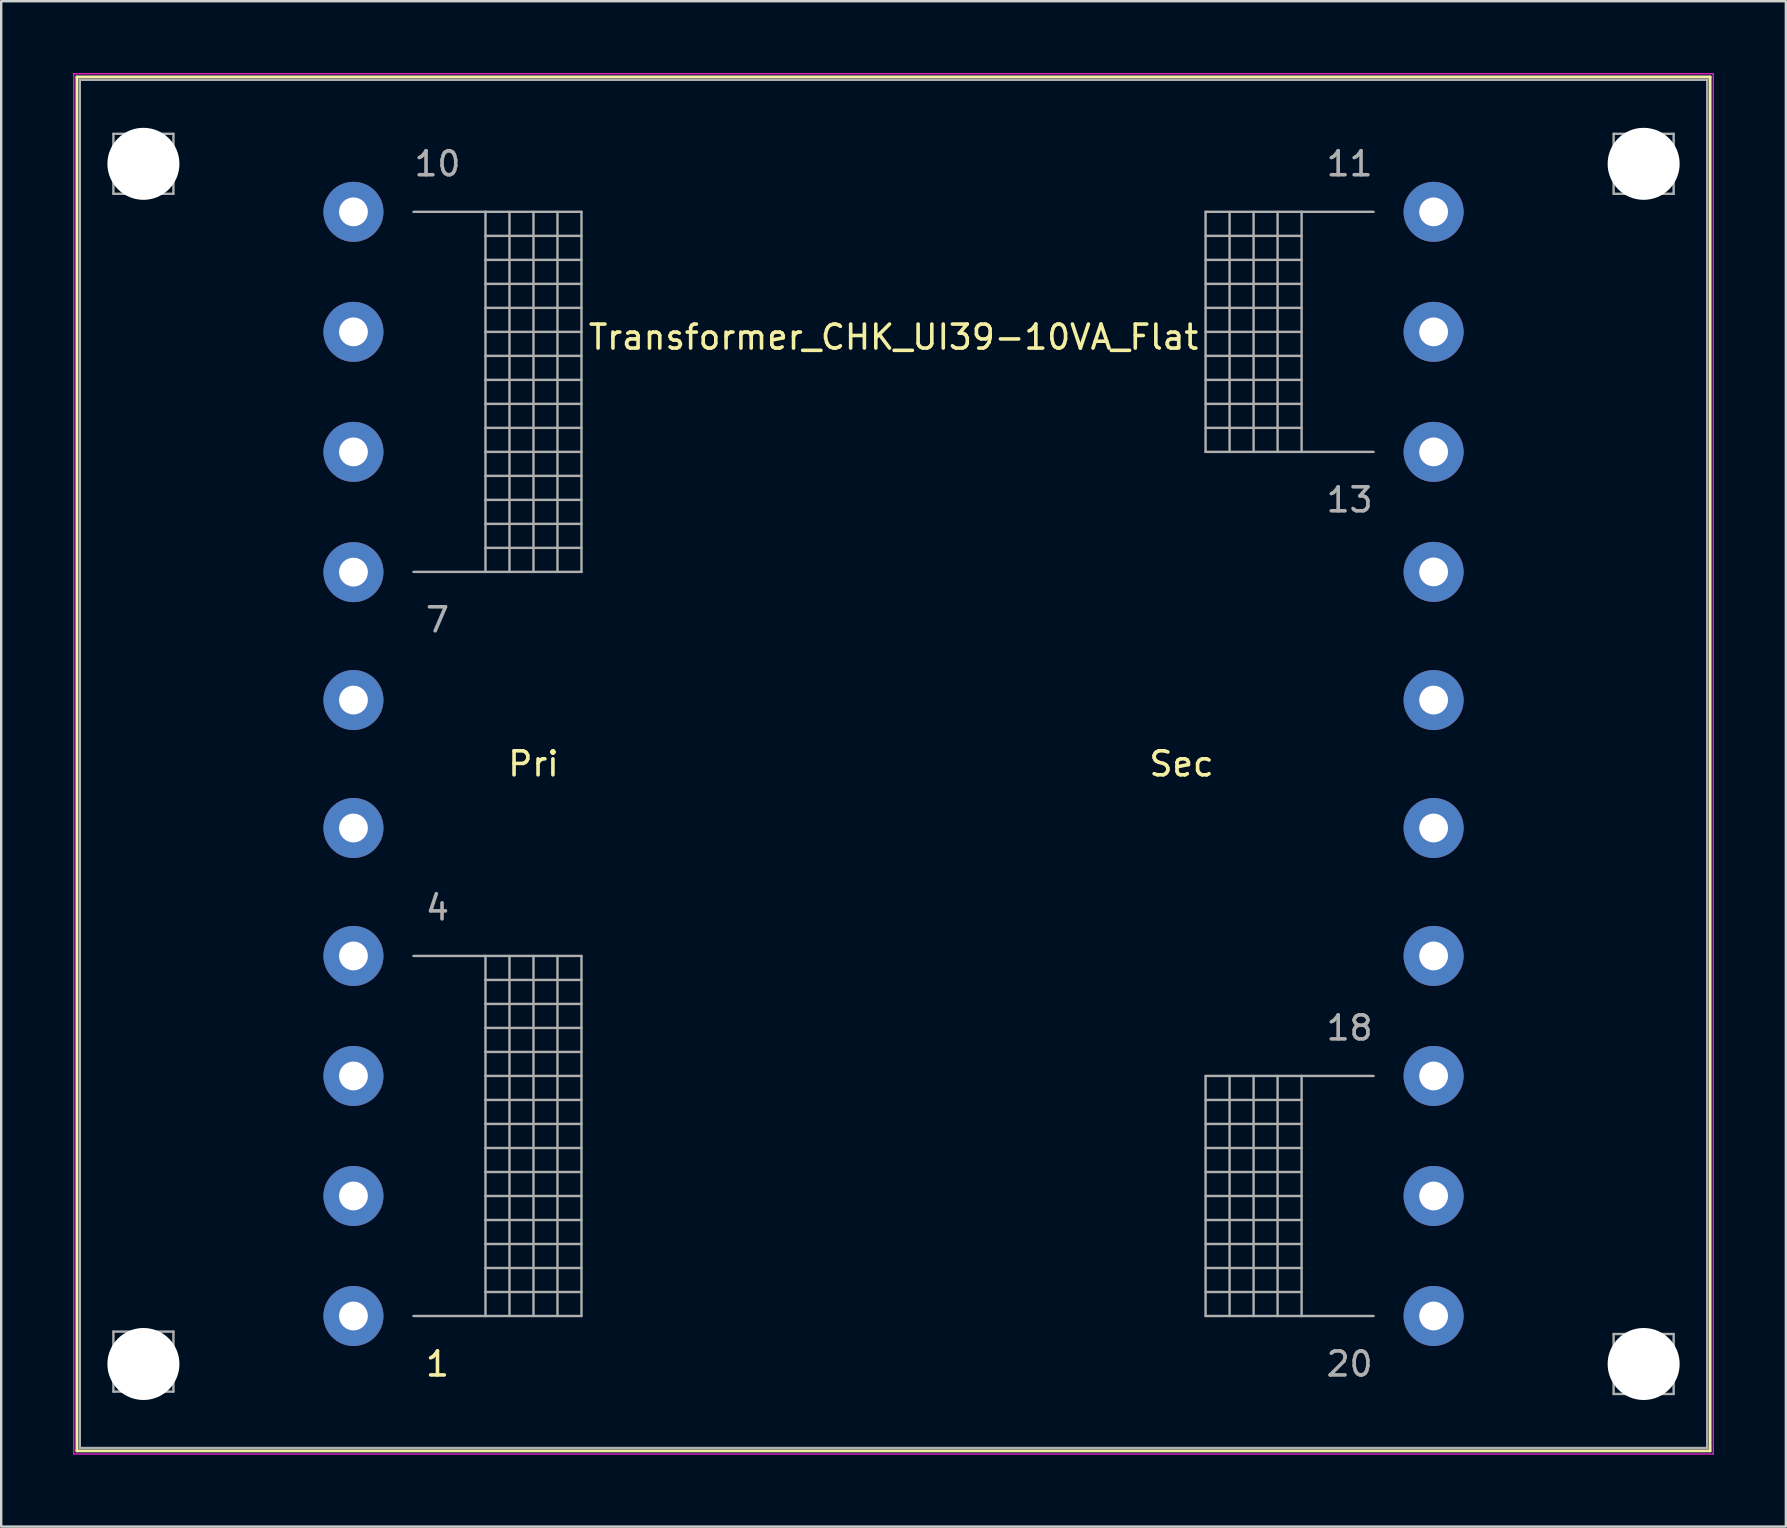
<source format=kicad_pcb>
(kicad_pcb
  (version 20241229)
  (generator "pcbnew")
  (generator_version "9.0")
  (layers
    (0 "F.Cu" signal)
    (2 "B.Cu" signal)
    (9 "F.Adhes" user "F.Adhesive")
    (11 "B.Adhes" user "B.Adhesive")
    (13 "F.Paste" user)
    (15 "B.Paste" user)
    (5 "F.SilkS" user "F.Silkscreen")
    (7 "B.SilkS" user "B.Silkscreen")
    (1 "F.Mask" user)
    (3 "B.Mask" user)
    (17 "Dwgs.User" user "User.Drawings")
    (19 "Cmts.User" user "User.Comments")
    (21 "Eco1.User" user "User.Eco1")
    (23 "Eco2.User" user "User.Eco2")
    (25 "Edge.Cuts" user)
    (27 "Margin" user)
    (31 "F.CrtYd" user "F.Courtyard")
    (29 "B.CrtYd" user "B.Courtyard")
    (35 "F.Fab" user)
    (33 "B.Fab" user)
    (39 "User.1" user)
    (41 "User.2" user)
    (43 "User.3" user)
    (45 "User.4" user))
  (footprint "Transformer_CHK_UI39-10VA_Flat"
    (layer "F.Cu")
    (at 11.675 51.775)
    (property "Reference" "Transformer_CHK_UI39-10VA_Flat" (at 22.5 -40.78 0) (layer "F.SilkS") (effects (font (size 1 1) (thickness 0.15))))
    (attr through_hole)
    (fp_line (start -11.52 -51.62) (end -11.52 5.62) (stroke (width 0.12) (type solid)) (layer "F.SilkS"))
    (fp_line (start -11.52 -51.62) (end 56.52 -51.62) (stroke (width 0.12) (type solid)) (layer "F.SilkS"))
    (fp_line (start 56.52 5.62) (end -11.52 5.62) (stroke (width 0.12) (type solid)) (layer "F.SilkS"))
    (fp_line (start 56.52 5.62) (end 56.52 -51.62) (stroke (width 0.12) (type solid)) (layer "F.SilkS"))
    (fp_line (start -11.65 -51.75) (end -11.65 5.75) (stroke (width 0.05) (type solid)) (layer "F.CrtYd"))
    (fp_line (start -11.65 -51.75) (end 56.65 -51.75) (stroke (width 0.05) (type solid)) (layer "F.CrtYd"))
    (fp_line (start 56.65 5.75) (end -11.65 5.75) (stroke (width 0.05) (type solid)) (layer "F.CrtYd"))
    (fp_line (start 56.65 5.75) (end 56.65 -51.75) (stroke (width 0.05) (type solid)) (layer "F.CrtYd"))
    (fp_line (start -11.4 -51.5) (end -11.4 5.5) (stroke (width 0.1) (type solid)) (layer "F.Fab"))
    (fp_line (start -11.4 5.5) (end 56.4 5.5) (stroke (width 0.1) (type solid)) (layer "F.Fab"))
    (fp_line (start -10 -49.25) (end -10 -46.75) (stroke (width 0.1) (type solid)) (layer "F.Fab"))
    (fp_line (start -10 -46.75) (end -7.5 -46.75) (stroke (width 0.1) (type solid)) (layer "F.Fab"))
    (fp_line (start -10 0.65) (end -10 3.15) (stroke (width 0.1) (type solid)) (layer "F.Fab"))
    (fp_line (start -10 3.15) (end -7.5 3.15) (stroke (width 0.1) (type solid)) (layer "F.Fab"))
    (fp_line (start -8.75 -49.25) (end -10 -49.25) (stroke (width 0.1) (type solid)) (layer "F.Fab"))
    (fp_line (start -8.75 0.65) (end -10 0.65) (stroke (width 0.1) (type solid)) (layer "F.Fab"))
    (fp_line (start -7.5 -49.25) (end -8.75 -49.25) (stroke (width 0.1) (type solid)) (layer "F.Fab"))
    (fp_line (start -7.5 -46.75) (end -7.5 -49.25) (stroke (width 0.1) (type solid)) (layer "F.Fab"))
    (fp_line (start -7.5 0.65) (end -8.75 0.65) (stroke (width 0.1) (type solid)) (layer "F.Fab"))
    (fp_line (start -7.5 3.15) (end -7.5 0.65) (stroke (width 0.1) (type solid)) (layer "F.Fab"))
    (fp_line (start 2.5 -46) (end 5.5 -46) (stroke (width 0.1) (type solid)) (layer "F.Fab"))
    (fp_line (start 2.5 -15) (end 5.5 -15) (stroke (width 0.1) (type solid)) (layer "F.Fab"))
    (fp_line (start 5.5 -46) (end 5.5 -31) (stroke (width 0.1) (type solid)) (layer "F.Fab"))
    (fp_line (start 5.5 -46) (end 9.5 -46) (stroke (width 0.1) (type solid)) (layer "F.Fab"))
    (fp_line (start 5.5 -45) (end 9.5 -45) (stroke (width 0.1) (type solid)) (layer "F.Fab"))
    (fp_line (start 5.5 -44) (end 9.5 -44) (stroke (width 0.1) (type solid)) (layer "F.Fab"))
    (fp_line (start 5.5 -43) (end 9.5 -43) (stroke (width 0.1) (type solid)) (layer "F.Fab"))
    (fp_line (start 5.5 -42) (end 9.5 -42) (stroke (width 0.1) (type solid)) (layer "F.Fab"))
    (fp_line (start 5.5 -41) (end 9.5 -41) (stroke (width 0.1) (type solid)) (layer "F.Fab"))
    (fp_line (start 5.5 -40) (end 9.5 -40) (stroke (width 0.1) (type solid)) (layer "F.Fab"))
    (fp_line (start 5.5 -39) (end 9.5 -39) (stroke (width 0.1) (type solid)) (layer "F.Fab"))
    (fp_line (start 5.5 -38) (end 9.5 -38) (stroke (width 0.1) (type solid)) (layer "F.Fab"))
    (fp_line (start 5.5 -37) (end 9.5 -37) (stroke (width 0.1) (type solid)) (layer "F.Fab"))
    (fp_line (start 5.5 -36) (end 9.5 -36) (stroke (width 0.1) (type solid)) (layer "F.Fab"))
    (fp_line (start 5.5 -35) (end 9.5 -35) (stroke (width 0.1) (type solid)) (layer "F.Fab"))
    (fp_line (start 5.5 -34) (end 9.5 -34) (stroke (width 0.1) (type solid)) (layer "F.Fab"))
    (fp_line (start 5.5 -33) (end 9.5 -33) (stroke (width 0.1) (type solid)) (layer "F.Fab"))
    (fp_line (start 5.5 -32) (end 9.5 -32) (stroke (width 0.1) (type solid)) (layer "F.Fab"))
    (fp_line (start 5.5 -31) (end 2.5 -31) (stroke (width 0.1) (type solid)) (layer "F.Fab"))
    (fp_line (start 5.5 -15) (end 5.5 0) (stroke (width 0.1) (type solid)) (layer "F.Fab"))
    (fp_line (start 5.5 -15) (end 9.5 -15) (stroke (width 0.1) (type solid)) (layer "F.Fab"))
    (fp_line (start 5.5 -14) (end 9.5 -14) (stroke (width 0.1) (type solid)) (layer "F.Fab"))
    (fp_line (start 5.5 -13) (end 9.5 -13) (stroke (width 0.1) (type solid)) (layer "F.Fab"))
    (fp_line (start 5.5 -12) (end 9.5 -12) (stroke (width 0.1) (type solid)) (layer "F.Fab"))
    (fp_line (start 5.5 -11) (end 9.5 -11) (stroke (width 0.1) (type solid)) (layer "F.Fab"))
    (fp_line (start 5.5 -10) (end 9.5 -10) (stroke (width 0.1) (type solid)) (layer "F.Fab"))
    (fp_line (start 5.5 -9) (end 9.5 -9) (stroke (width 0.1) (type solid)) (layer "F.Fab"))
    (fp_line (start 5.5 -8) (end 9.5 -8) (stroke (width 0.1) (type solid)) (layer "F.Fab"))
    (fp_line (start 5.5 -7) (end 9.5 -7) (stroke (width 0.1) (type solid)) (layer "F.Fab"))
    (fp_line (start 5.5 -6) (end 9.5 -6) (stroke (width 0.1) (type solid)) (layer "F.Fab"))
    (fp_line (start 5.5 -5) (end 9.5 -5) (stroke (width 0.1) (type solid)) (layer "F.Fab"))
    (fp_line (start 5.5 -4) (end 9.5 -4) (stroke (width 0.1) (type solid)) (layer "F.Fab"))
    (fp_line (start 5.5 -3) (end 9.5 -3) (stroke (width 0.1) (type solid)) (layer "F.Fab"))
    (fp_line (start 5.5 -2) (end 9.5 -2) (stroke (width 0.1) (type solid)) (layer "F.Fab"))
    (fp_line (start 5.5 -1) (end 9.5 -1) (stroke (width 0.1) (type solid)) (layer "F.Fab"))
    (fp_line (start 5.5 0) (end 2.5 0) (stroke (width 0.1) (type solid)) (layer "F.Fab"))
    (fp_line (start 6.5 -46) (end 6.5 -31) (stroke (width 0.1) (type solid)) (layer "F.Fab"))
    (fp_line (start 6.5 -15) (end 6.5 0) (stroke (width 0.1) (type solid)) (layer "F.Fab"))
    (fp_line (start 7.5 -31) (end 7.5 -46) (stroke (width 0.1) (type solid)) (layer "F.Fab"))
    (fp_line (start 7.5 0) (end 7.5 -15) (stroke (width 0.1) (type solid)) (layer "F.Fab"))
    (fp_line (start 8.5 -46) (end 8.5 -31) (stroke (width 0.1) (type solid)) (layer "F.Fab"))
    (fp_line (start 8.5 -15) (end 8.5 0) (stroke (width 0.1) (type solid)) (layer "F.Fab"))
    (fp_line (start 9.5 -46) (end 9.5 -31) (stroke (width 0.1) (type solid)) (layer "F.Fab"))
    (fp_line (start 9.5 -31) (end 5.5 -31) (stroke (width 0.1) (type solid)) (layer "F.Fab"))
    (fp_line (start 9.5 -15) (end 9.5 0) (stroke (width 0.1) (type solid)) (layer "F.Fab"))
    (fp_line (start 9.5 0) (end 5.5 0) (stroke (width 0.1) (type solid)) (layer "F.Fab"))
    (fp_line (start 35.5 -46) (end 35.5 -36) (stroke (width 0.1) (type solid)) (layer "F.Fab"))
    (fp_line (start 35.5 -45) (end 39.5 -45) (stroke (width 0.1) (type solid)) (layer "F.Fab"))
    (fp_line (start 35.5 -44) (end 39.5 -44) (stroke (width 0.1) (type solid)) (layer "F.Fab"))
    (fp_line (start 35.5 -43) (end 39.5 -43) (stroke (width 0.1) (type solid)) (layer "F.Fab"))
    (fp_line (start 35.5 -42) (end 39.5 -42) (stroke (width 0.1) (type solid)) (layer "F.Fab"))
    (fp_line (start 35.5 -41) (end 39.5 -41) (stroke (width 0.1) (type solid)) (layer "F.Fab"))
    (fp_line (start 35.5 -40) (end 39.5 -40) (stroke (width 0.1) (type solid)) (layer "F.Fab"))
    (fp_line (start 35.5 -39) (end 39.5 -39) (stroke (width 0.1) (type solid)) (layer "F.Fab"))
    (fp_line (start 35.5 -38) (end 39.5 -38) (stroke (width 0.1) (type solid)) (layer "F.Fab"))
    (fp_line (start 35.5 -37) (end 39.5 -37) (stroke (width 0.1) (type solid)) (layer "F.Fab"))
    (fp_line (start 35.5 -36) (end 39.5 -36) (stroke (width 0.1) (type solid)) (layer "F.Fab"))
    (fp_line (start 35.5 -10) (end 35.5 0) (stroke (width 0.1) (type solid)) (layer "F.Fab"))
    (fp_line (start 35.5 -9) (end 39.5 -9) (stroke (width 0.1) (type solid)) (layer "F.Fab"))
    (fp_line (start 35.5 -8) (end 39.5 -8) (stroke (width 0.1) (type solid)) (layer "F.Fab"))
    (fp_line (start 35.5 -7) (end 39.5 -7) (stroke (width 0.1) (type solid)) (layer "F.Fab"))
    (fp_line (start 35.5 -6) (end 39.5 -6) (stroke (width 0.1) (type solid)) (layer "F.Fab"))
    (fp_line (start 35.5 -5) (end 39.5 -5) (stroke (width 0.1) (type solid)) (layer "F.Fab"))
    (fp_line (start 35.5 -4) (end 39.5 -4) (stroke (width 0.1) (type solid)) (layer "F.Fab"))
    (fp_line (start 35.5 -3) (end 39.5 -3) (stroke (width 0.1) (type solid)) (layer "F.Fab"))
    (fp_line (start 35.5 -2) (end 39.5 -2) (stroke (width 0.1) (type solid)) (layer "F.Fab"))
    (fp_line (start 35.5 -1) (end 39.5 -1) (stroke (width 0.1) (type solid)) (layer "F.Fab"))
    (fp_line (start 35.5 0) (end 39.5 0) (stroke (width 0.1) (type solid)) (layer "F.Fab"))
    (fp_line (start 36.5 -46) (end 36.5 -36) (stroke (width 0.1) (type solid)) (layer "F.Fab"))
    (fp_line (start 36.5 -10) (end 36.5 0) (stroke (width 0.1) (type solid)) (layer "F.Fab"))
    (fp_line (start 37.5 -36) (end 37.5 -46) (stroke (width 0.1) (type solid)) (layer "F.Fab"))
    (fp_line (start 37.5 0) (end 37.5 -10) (stroke (width 0.1) (type solid)) (layer "F.Fab"))
    (fp_line (start 38.5 -46) (end 38.5 -36) (stroke (width 0.1) (type solid)) (layer "F.Fab"))
    (fp_line (start 38.5 -10) (end 38.5 0) (stroke (width 0.1) (type solid)) (layer "F.Fab"))
    (fp_line (start 39.5 -46) (end 35.5 -46) (stroke (width 0.1) (type solid)) (layer "F.Fab"))
    (fp_line (start 39.5 -46) (end 39.5 -36) (stroke (width 0.1) (type solid)) (layer "F.Fab"))
    (fp_line (start 39.5 -36) (end 42.5 -36) (stroke (width 0.1) (type solid)) (layer "F.Fab"))
    (fp_line (start 39.5 -10) (end 35.5 -10) (stroke (width 0.1) (type solid)) (layer "F.Fab"))
    (fp_line (start 39.5 -10) (end 39.5 0) (stroke (width 0.1) (type solid)) (layer "F.Fab"))
    (fp_line (start 39.5 0) (end 42.5 0) (stroke (width 0.1) (type solid)) (layer "F.Fab"))
    (fp_line (start 42.5 -46) (end 39.5 -46) (stroke (width 0.1) (type solid)) (layer "F.Fab"))
    (fp_line (start 42.5 -10) (end 39.5 -10) (stroke (width 0.1) (type solid)) (layer "F.Fab"))
    (fp_line (start 52.5 -49.25) (end 52.5 -46.75) (stroke (width 0.1) (type solid)) (layer "F.Fab"))
    (fp_line (start 52.5 -46.75) (end 55 -46.75) (stroke (width 0.1) (type solid)) (layer "F.Fab"))
    (fp_line (start 52.5 0.75) (end 52.5 3.25) (stroke (width 0.1) (type solid)) (layer "F.Fab"))
    (fp_line (start 52.5 3.25) (end 55 3.25) (stroke (width 0.1) (type solid)) (layer "F.Fab"))
    (fp_line (start 53.75 -49.25) (end 52.5 -49.25) (stroke (width 0.1) (type solid)) (layer "F.Fab"))
    (fp_line (start 53.75 0.75) (end 52.5 0.75) (stroke (width 0.1) (type solid)) (layer "F.Fab"))
    (fp_line (start 55 -49.25) (end 53.75 -49.25) (stroke (width 0.1) (type solid)) (layer "F.Fab"))
    (fp_line (start 55 -46.75) (end 55 -49.25) (stroke (width 0.1) (type solid)) (layer "F.Fab"))
    (fp_line (start 55 0.75) (end 53.75 0.75) (stroke (width 0.1) (type solid)) (layer "F.Fab"))
    (fp_line (start 55 3.25) (end 55 0.75) (stroke (width 0.1) (type solid)) (layer "F.Fab"))
    (fp_line (start 56.4 -51.5) (end -11.4 -51.5) (stroke (width 0.1) (type solid)) (layer "F.Fab"))
    (fp_line (start 56.4 5.5) (end 56.4 -51.5) (stroke (width 0.1) (type solid)) (layer "F.Fab"))
    (fp_text user "Pri" (at 7.5 -23 0) (layer "F.SilkS") (effects (font (size 1 1) (thickness 0.15))))
    (fp_text user "Sec" (at 34.5 -23 0) (layer "F.SilkS") (effects (font (size 1 1) (thickness 0.15))))
    (fp_text user "1" (at 3.5 2 0) (layer "F.SilkS") (effects (font (size 1 1) (thickness 0.15))))
    (fp_text user "4" (at 3.5 -17 0) (layer "F.Fab") (effects (font (size 1 1) (thickness 0.15))))
    (fp_text user "18" (at 41.5 -12 0) (layer "F.Fab") (effects (font (size 1 1) (thickness 0.15))))
    (fp_text user "11" (at 41.5 -48 0) (layer "F.Fab") (effects (font (size 1 1) (thickness 0.15))))
    (fp_text user "20" (at 41.5 2 0) (layer "F.Fab") (effects (font (size 1 1) (thickness 0.15))))
    (fp_text user "10" (at 3.5 -48 0) (layer "F.Fab") (effects (font (size 1 1) (thickness 0.15))))
    (fp_text user "13" (at 41.5 -34 0) (layer "F.Fab") (effects (font (size 1 1) (thickness 0.15))))
    (fp_text user "7" (at 3.5 -29 0) (layer "F.Fab") (effects (font (size 1 1) (thickness 0.15))))
    (pad "" np_thru_hole circle (at -8.75 -48) (size 3 3) (drill 3) (layers "*.Cu" "*.Mask"))
    (pad "" np_thru_hole circle (at -8.75 2) (size 3 3) (drill 3) (layers "*.Cu" "*.Mask"))
    (pad "" np_thru_hole circle (at 53.75 -48) (size 3 3) (drill 3) (layers "*.Cu" "*.Mask"))
    (pad "" np_thru_hole circle (at 53.75 2) (size 3 3) (drill 3) (layers "*.Cu" "*.Mask"))
    (pad "1" thru_hole circle (at 0 0) (size 2.5 2.5) (drill 1.2) (layers "*.Cu" "*.Mask"))
    (pad "2" thru_hole circle (at 0 -5) (size 2.5 2.5) (drill 1.2) (layers "*.Cu" "*.Mask"))
    (pad "3" thru_hole circle (at 0 -10) (size 2.5 2.5) (drill 1.2) (layers "*.Cu" "*.Mask"))
    (pad "4" thru_hole circle (at 0 -15) (size 2.5 2.5) (drill 1.2) (layers "*.Cu" "*.Mask"))
    (pad "5" thru_hole circle (at 0 -20.33) (size 2.5 2.5) (drill 1.2) (layers "*.Cu" "*.Mask"))
    (pad "6" thru_hole circle (at 0 -25.66) (size 2.5 2.5) (drill 1.2) (layers "*.Cu" "*.Mask"))
    (pad "7" thru_hole circle (at 0 -30.99) (size 2.5 2.5) (drill 1.2) (layers "*.Cu" "*.Mask"))
    (pad "8" thru_hole circle (at 0 -36) (size 2.5 2.5) (drill 1.2) (layers "*.Cu" "*.Mask"))
    (pad "9" thru_hole circle (at 0 -41) (size 2.5 2.5) (drill 1.2) (layers "*.Cu" "*.Mask"))
    (pad "10" thru_hole circle (at 0 -46) (size 2.5 2.5) (drill 1.2) (layers "*.Cu" "*.Mask"))
    (pad "11" thru_hole circle (at 45 -46) (size 2.5 2.5) (drill 1.2) (layers "*.Cu" "*.Mask"))
    (pad "12" thru_hole circle (at 45 -41) (size 2.5 2.5) (drill 1.2) (layers "*.Cu" "*.Mask"))
    (pad "13" thru_hole circle (at 45 -36) (size 2.5 2.5) (drill 1.2) (layers "*.Cu" "*.Mask"))
    (pad "14" thru_hole circle (at 45 -31) (size 2.5 2.5) (drill 1.2) (layers "*.Cu" "*.Mask"))
    (pad "15" thru_hole circle (at 45 -25.66) (size 2.5 2.5) (drill 1.2) (layers "*.Cu" "*.Mask"))
    (pad "16" thru_hole circle (at 45 -20.33) (size 2.5 2.5) (drill 1.2) (layers "*.Cu" "*.Mask"))
    (pad "17" thru_hole circle (at 45 -15) (size 2.5 2.5) (drill 1.2) (layers "*.Cu" "*.Mask"))
    (pad "18" thru_hole circle (at 45 -10) (size 2.5 2.5) (drill 1.2) (layers "*.Cu" "*.Mask"))
    (pad "19" thru_hole circle (at 45 -5) (size 2.5 2.5) (drill 1.2) (layers "*.Cu" "*.Mask"))
    (pad "20" thru_hole circle (at 45 0) (size 2.5 2.5) (drill 1.2) (layers "*.Cu" "*.Mask")))
  (gr_rect
    (start -3 -3)
    (end 71.35 60.55)
    (stroke (width 0.1) (type default))
    (fill no)
    (layer "Edge.Cuts")))
</source>
